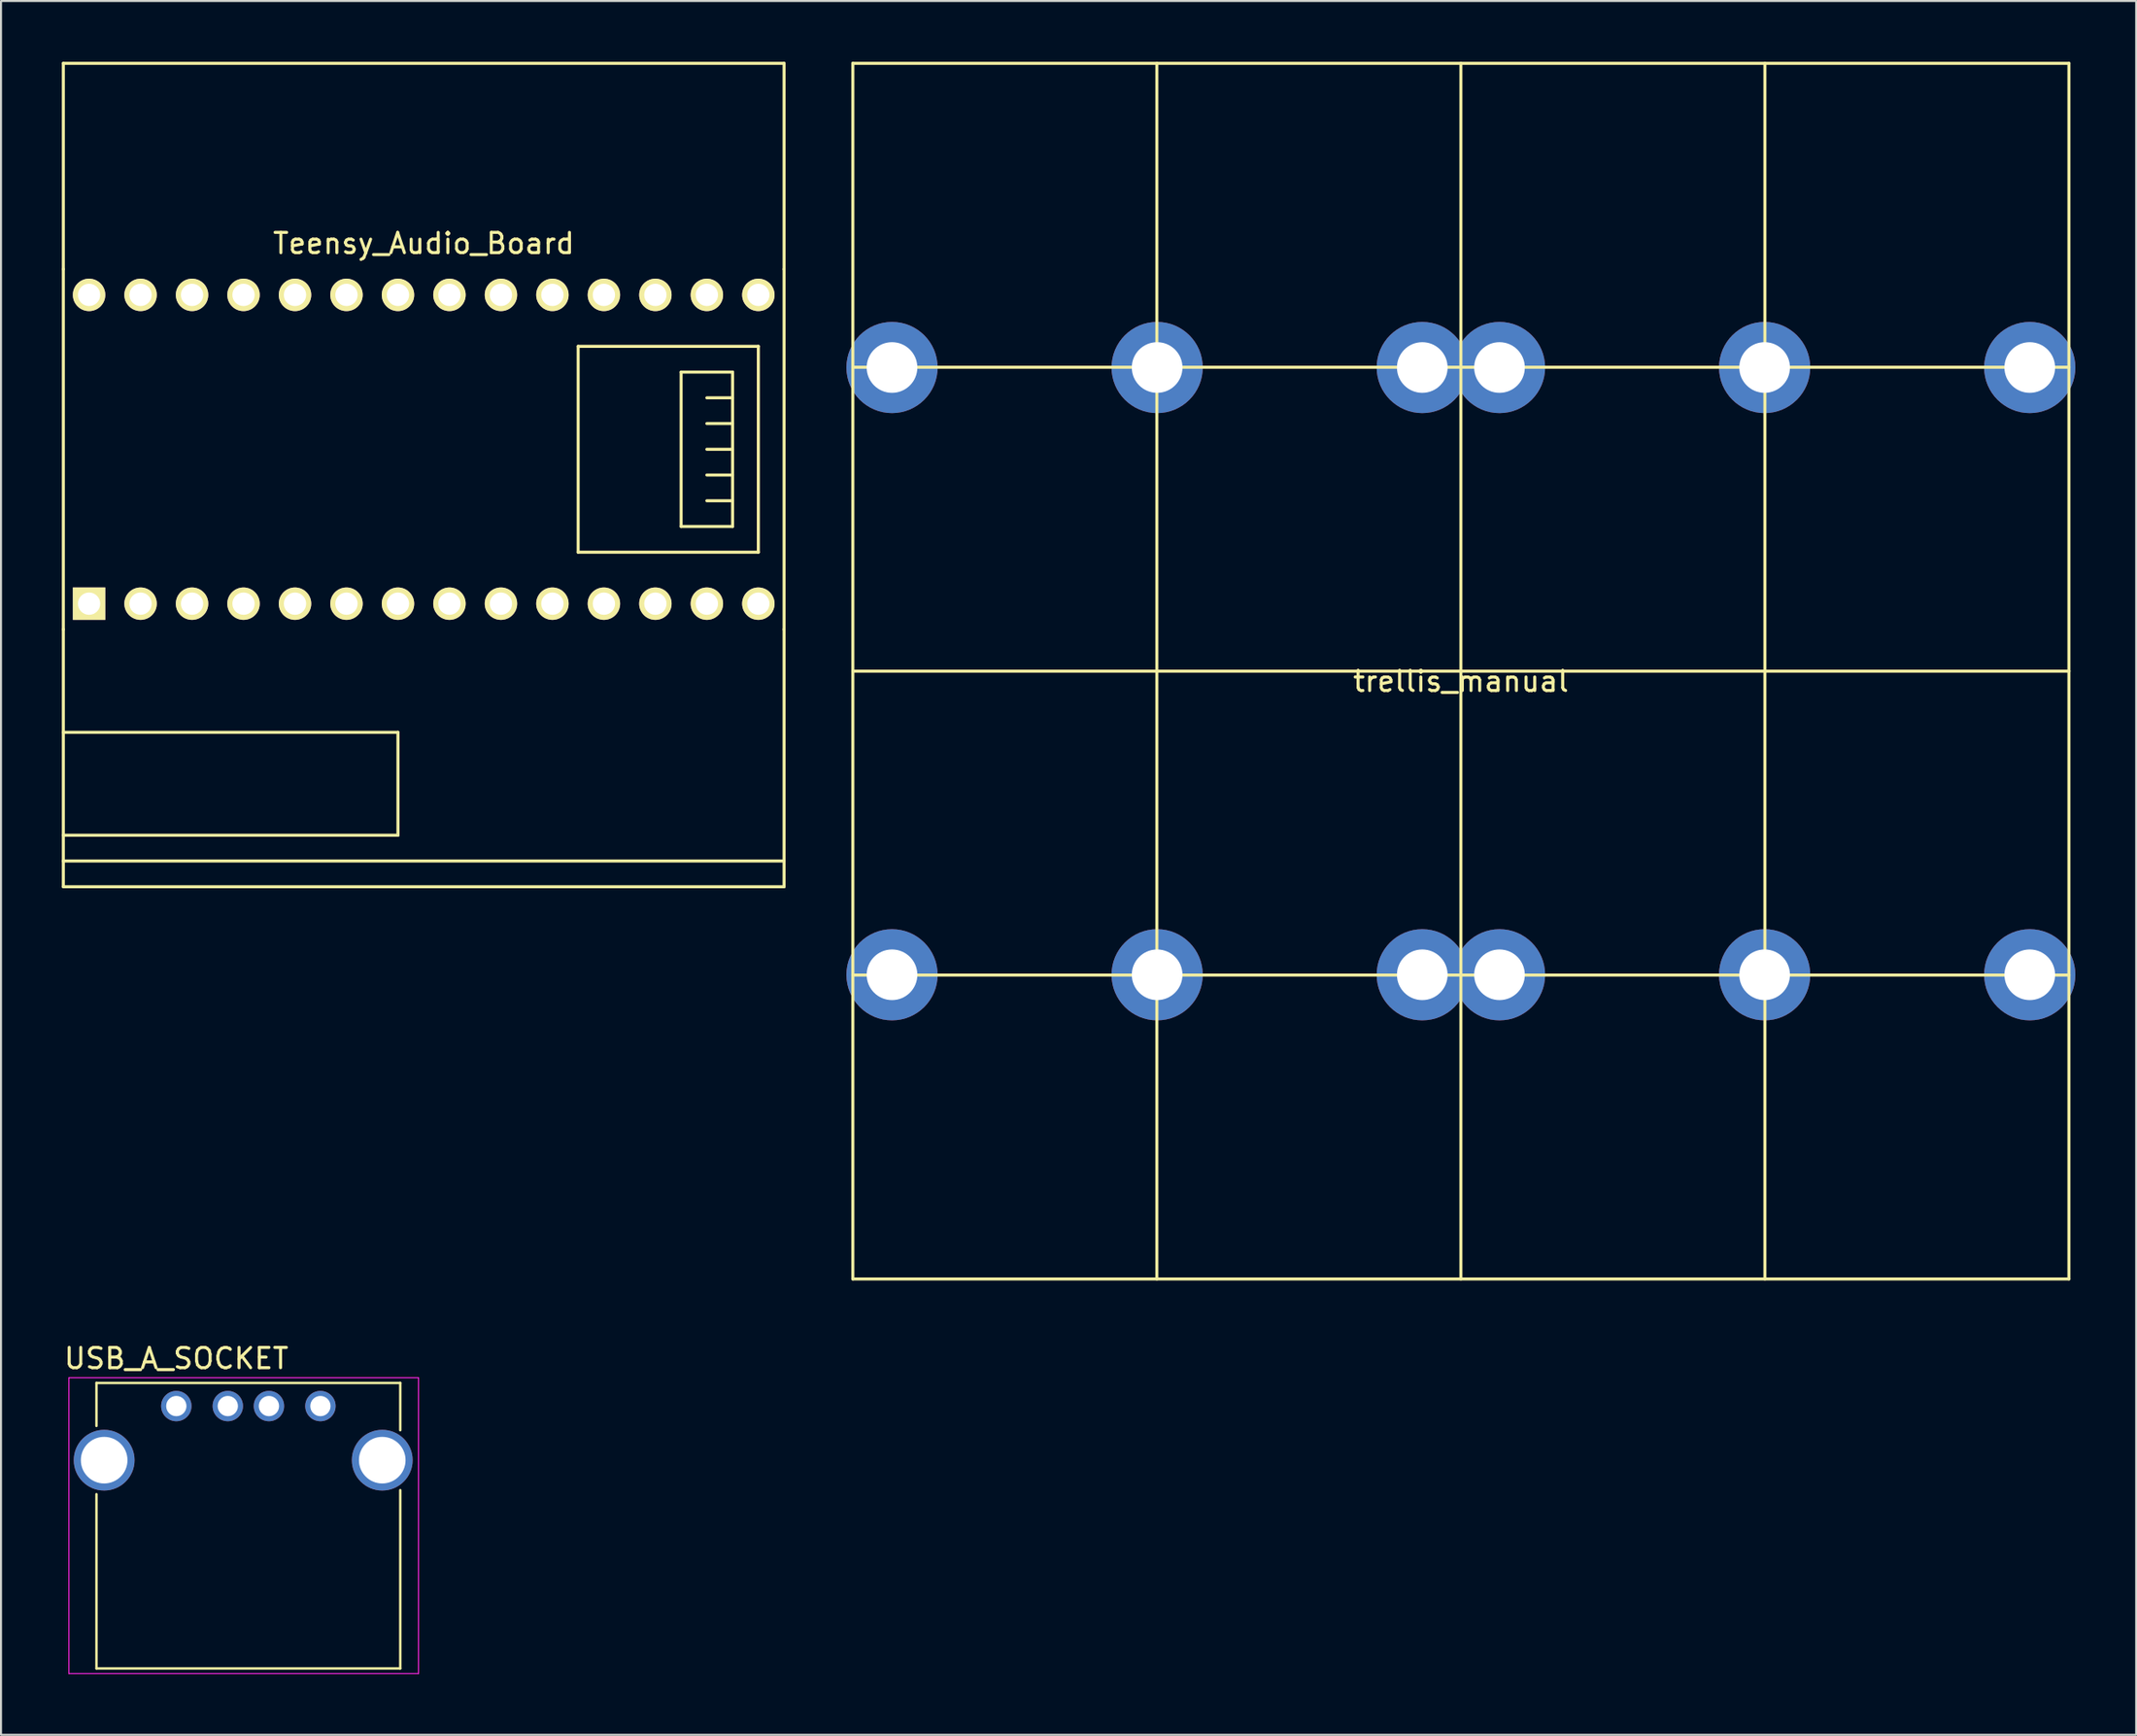
<source format=kicad_pcb>
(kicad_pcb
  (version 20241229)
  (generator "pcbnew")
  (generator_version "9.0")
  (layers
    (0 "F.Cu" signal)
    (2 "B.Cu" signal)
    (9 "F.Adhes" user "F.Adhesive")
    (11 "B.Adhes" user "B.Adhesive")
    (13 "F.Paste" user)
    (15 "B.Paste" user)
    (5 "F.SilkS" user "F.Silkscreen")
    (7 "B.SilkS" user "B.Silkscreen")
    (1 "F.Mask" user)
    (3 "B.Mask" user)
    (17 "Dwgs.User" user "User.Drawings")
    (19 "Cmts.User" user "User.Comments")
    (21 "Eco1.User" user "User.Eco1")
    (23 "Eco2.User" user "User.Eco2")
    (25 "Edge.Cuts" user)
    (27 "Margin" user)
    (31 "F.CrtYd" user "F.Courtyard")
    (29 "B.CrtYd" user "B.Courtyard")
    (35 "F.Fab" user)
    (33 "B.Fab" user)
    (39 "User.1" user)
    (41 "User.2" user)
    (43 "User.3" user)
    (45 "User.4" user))
  (footprint "trellis_manual"
    (layer "F.Cu")
    (at 69.027 30.075)
    (property "Reference" "trellis_manual" (at 0 0.5 0) (layer "F.SilkS") (effects (font (size 1 1) (thickness 0.15))))
    (attr through_hole)
    (fp_line (start -30 -30) (end -30 30) (stroke (width 0.15) (type solid)) (layer "F.SilkS"))
    (fp_line (start -30 -15) (end 30 -15) (stroke (width 0.15) (type solid)) (layer "F.SilkS"))
    (fp_line (start -30 0) (end 30 0) (stroke (width 0.15) (type solid)) (layer "F.SilkS"))
    (fp_line (start -30 30) (end 30 30) (stroke (width 0.15) (type solid)) (layer "F.SilkS"))
    (fp_line (start -15 -30) (end -15 30) (stroke (width 0.15) (type solid)) (layer "F.SilkS"))
    (fp_line (start 0 -30) (end 0 30) (stroke (width 0.15) (type solid)) (layer "F.SilkS"))
    (fp_line (start 15 -30) (end 15 30) (stroke (width 0.15) (type solid)) (layer "F.SilkS"))
    (fp_line (start 30 -30) (end -30 -30) (stroke (width 0.15) (type solid)) (layer "F.SilkS"))
    (fp_line (start 30 0) (end 30 -30) (stroke (width 0.15) (type solid)) (layer "F.SilkS"))
    (fp_line (start 30 15) (end -30 15) (stroke (width 0.15) (type solid)) (layer "F.SilkS"))
    (fp_line (start 30 30) (end 30 0) (stroke (width 0.15) (type solid)) (layer "F.SilkS"))
    (pad "" np_thru_hole circle (at -28.067 -14.986) (size 4.5 4.5) (drill 2.5) (layers "*.Cu" "*.Mask"))
    (pad "" np_thru_hole circle (at -28.067 14.986) (size 4.5 4.5) (drill 2.5) (layers "*.Cu" "*.Mask"))
    (pad "" np_thru_hole circle (at -14.986 -14.986) (size 4.5 4.5) (drill 2.5) (layers "*.Cu" "*.Mask"))
    (pad "" np_thru_hole circle (at -14.986 14.986) (size 4.5 4.5) (drill 2.5) (layers "*.Cu" "*.Mask"))
    (pad "" np_thru_hole circle (at -1.905 -14.986) (size 4.5 4.5) (drill 2.5) (layers "*.Cu" "*.Mask"))
    (pad "" np_thru_hole circle (at -1.905 14.986) (size 4.5 4.5) (drill 2.5) (layers "*.Cu" "*.Mask"))
    (pad "" np_thru_hole circle (at 1.905 -14.986) (size 4.5 4.5) (drill 2.5) (layers "*.Cu" "*.Mask"))
    (pad "" np_thru_hole circle (at 1.905 14.986) (size 4.5 4.5) (drill 2.5) (layers "*.Cu" "*.Mask"))
    (pad "" np_thru_hole circle (at 14.986 -14.986) (size 4.5 4.5) (drill 2.5) (layers "*.Cu" "*.Mask"))
    (pad "" np_thru_hole circle (at 14.986 14.986) (size 4.5 4.5) (drill 2.5) (layers "*.Cu" "*.Mask"))
    (pad "" np_thru_hole circle (at 28.067 -14.986) (size 4.5 4.5) (drill 2.5) (layers "*.Cu" "*.Mask"))
    (pad "" np_thru_hole circle (at 28.067 14.986) (size 4.5 4.5) (drill 2.5) (layers "*.Cu" "*.Mask")))
  (footprint "Teensy_Audio_Board"
    (layer "F.Cu")
    (at 17.855 19.125)
    (property "Reference" "Teensy_Audio_Board" (at 0 -10.16 0) (layer "F.SilkS") (effects (font (size 1 1) (thickness 0.15))))
    (attr through_hole)
    (fp_line (start -17.78 -8.89) (end -17.78 -19.05) (stroke (width 0.15) (type solid)) (layer "F.SilkS"))
    (fp_line (start -17.78 8.89) (end -17.78 -8.89) (stroke (width 0.15) (type solid)) (layer "F.SilkS"))
    (fp_line (start -17.78 13.97) (end -1.27 13.97) (stroke (width 0.15) (type solid)) (layer "F.SilkS"))
    (fp_line (start -17.78 20.32) (end -17.78 8.89) (stroke (width 0.15) (type solid)) (layer "F.SilkS"))
    (fp_line (start -17.78 21.59) (end -17.78 20.32) (stroke (width 0.15) (type solid)) (layer "F.SilkS"))
    (fp_line (start -1.27 13.97) (end -1.27 19.05) (stroke (width 0.15) (type solid)) (layer "F.SilkS"))
    (fp_line (start -1.27 19.05) (end -17.78 19.05) (stroke (width 0.15) (type solid)) (layer "F.SilkS"))
    (fp_line (start 7.62 -5.08) (end 7.62 5.08) (stroke (width 0.15) (type solid)) (layer "F.SilkS"))
    (fp_line (start 12.7 -3.81) (end 12.7 3.81) (stroke (width 0.15) (type solid)) (layer "F.SilkS"))
    (fp_line (start 12.7 3.81) (end 15.24 3.81) (stroke (width 0.15) (type solid)) (layer "F.SilkS"))
    (fp_line (start 13.97 -2.54) (end 15.24 -2.54) (stroke (width 0.15) (type solid)) (layer "F.SilkS"))
    (fp_line (start 13.97 -1.27) (end 15.24 -1.27) (stroke (width 0.15) (type solid)) (layer "F.SilkS"))
    (fp_line (start 15.24 -3.81) (end 12.7 -3.81) (stroke (width 0.15) (type solid)) (layer "F.SilkS"))
    (fp_line (start 15.24 0) (end 13.97 0) (stroke (width 0.15) (type solid)) (layer "F.SilkS"))
    (fp_line (start 15.24 1.27) (end 13.97 1.27) (stroke (width 0.15) (type solid)) (layer "F.SilkS"))
    (fp_line (start 15.24 2.54) (end 13.97 2.54) (stroke (width 0.15) (type solid)) (layer "F.SilkS"))
    (fp_line (start 15.24 3.81) (end 15.24 -3.81) (stroke (width 0.15) (type solid)) (layer "F.SilkS"))
    (fp_line (start 16.51 -5.08) (end 7.62 -5.08) (stroke (width 0.15) (type solid)) (layer "F.SilkS"))
    (fp_line (start 16.51 5.08) (end 7.62 5.08) (stroke (width 0.15) (type solid)) (layer "F.SilkS"))
    (fp_line (start 16.51 5.08) (end 16.51 -5.08) (stroke (width 0.15) (type solid)) (layer "F.SilkS"))
    (fp_line (start 17.78 -19.05) (end -17.78 -19.05) (stroke (width 0.15) (type solid)) (layer "F.SilkS"))
    (fp_line (start 17.78 -19.05) (end 17.78 -8.89) (stroke (width 0.15) (type solid)) (layer "F.SilkS"))
    (fp_line (start 17.78 -8.89) (end 17.78 8.89) (stroke (width 0.15) (type solid)) (layer "F.SilkS"))
    (fp_line (start 17.78 8.89) (end 17.78 20.32) (stroke (width 0.15) (type solid)) (layer "F.SilkS"))
    (fp_line (start 17.78 20.32) (end -17.78 20.32) (stroke (width 0.15) (type solid)) (layer "F.SilkS"))
    (fp_line (start 17.78 20.32) (end 17.78 21.59) (stroke (width 0.15) (type solid)) (layer "F.SilkS"))
    (fp_line (start 17.78 21.59) (end -17.78 21.59) (stroke (width 0.15) (type solid)) (layer "F.SilkS"))
    (pad "1" thru_hole rect (at -16.51 7.62) (size 1.6 1.6) (drill 1.1) (layers "*.Cu" "*.Mask" "F.SilkS"))
    (pad "2" thru_hole circle (at -13.97 7.62) (size 1.6 1.6) (drill 1.1) (layers "*.Cu" "*.Mask" "F.SilkS"))
    (pad "3" thru_hole circle (at -11.43 7.62) (size 1.6 1.6) (drill 1.1) (layers "*.Cu" "*.Mask" "F.SilkS"))
    (pad "4" thru_hole circle (at -8.89 7.62) (size 1.6 1.6) (drill 1.1) (layers "*.Cu" "*.Mask" "F.SilkS"))
    (pad "5" thru_hole circle (at -6.35 7.62) (size 1.6 1.6) (drill 1.1) (layers "*.Cu" "*.Mask" "F.SilkS"))
    (pad "6" thru_hole circle (at -3.81 7.62) (size 1.6 1.6) (drill 1.1) (layers "*.Cu" "*.Mask" "F.SilkS"))
    (pad "7" thru_hole circle (at -1.27 7.62) (size 1.6 1.6) (drill 1.1) (layers "*.Cu" "*.Mask" "F.SilkS"))
    (pad "8" thru_hole circle (at 1.27 7.62) (size 1.6 1.6) (drill 1.1) (layers "*.Cu" "*.Mask" "F.SilkS"))
    (pad "9" thru_hole circle (at 3.81 7.62) (size 1.6 1.6) (drill 1.1) (layers "*.Cu" "*.Mask" "F.SilkS"))
    (pad "10" thru_hole circle (at 6.35 7.62) (size 1.6 1.6) (drill 1.1) (layers "*.Cu" "*.Mask" "F.SilkS"))
    (pad "11" thru_hole circle (at 8.89 7.62) (size 1.6 1.6) (drill 1.1) (layers "*.Cu" "*.Mask" "F.SilkS"))
    (pad "12" thru_hole circle (at 11.43 7.62) (size 1.6 1.6) (drill 1.1) (layers "*.Cu" "*.Mask" "F.SilkS"))
    (pad "13" thru_hole circle (at 13.97 7.62) (size 1.6 1.6) (drill 1.1) (layers "*.Cu" "*.Mask" "F.SilkS"))
    (pad "14" thru_hole circle (at 16.51 7.62) (size 1.6 1.6) (drill 1.1) (layers "*.Cu" "*.Mask" "F.SilkS"))
    (pad "15" thru_hole circle (at 16.51 -7.62) (size 1.6 1.6) (drill 1.1) (layers "*.Cu" "*.Mask" "F.SilkS"))
    (pad "16" thru_hole circle (at 13.97 -7.62) (size 1.6 1.6) (drill 1.1) (layers "*.Cu" "*.Mask" "F.SilkS"))
    (pad "17" thru_hole circle (at 11.43 -7.62) (size 1.6 1.6) (drill 1.1) (layers "*.Cu" "*.Mask" "F.SilkS"))
    (pad "18" thru_hole circle (at 8.89 -7.62) (size 1.6 1.6) (drill 1.1) (layers "*.Cu" "*.Mask" "F.SilkS"))
    (pad "19" thru_hole circle (at 6.35 -7.62) (size 1.6 1.6) (drill 1.1) (layers "*.Cu" "*.Mask" "F.SilkS"))
    (pad "20" thru_hole circle (at 3.81 -7.62) (size 1.6 1.6) (drill 1.1) (layers "*.Cu" "*.Mask" "F.SilkS"))
    (pad "21" thru_hole circle (at 1.27 -7.62) (size 1.6 1.6) (drill 1.1) (layers "*.Cu" "*.Mask" "F.SilkS"))
    (pad "22" thru_hole circle (at -1.27 -7.62) (size 1.6 1.6) (drill 1.1) (layers "*.Cu" "*.Mask" "F.SilkS"))
    (pad "23" thru_hole circle (at -3.81 -7.62) (size 1.6 1.6) (drill 1.1) (layers "*.Cu" "*.Mask" "F.SilkS"))
    (pad "24" thru_hole circle (at -6.35 -7.62) (size 1.6 1.6) (drill 1.1) (layers "*.Cu" "*.Mask" "F.SilkS"))
    (pad "25" thru_hole circle (at -8.89 -7.62) (size 1.6 1.6) (drill 1.1) (layers "*.Cu" "*.Mask" "F.SilkS"))
    (pad "26" thru_hole circle (at -11.43 -7.62) (size 1.6 1.6) (drill 1.1) (layers "*.Cu" "*.Mask" "F.SilkS"))
    (pad "27" thru_hole circle (at -13.97 -7.62) (size 1.6 1.6) (drill 1.1) (layers "*.Cu" "*.Mask" "F.SilkS"))
    (pad "28" thru_hole circle (at -16.51 -7.62) (size 1.6 1.6) (drill 1.1) (layers "*.Cu" "*.Mask" "F.SilkS")))
  (footprint "USB_A_SOCKET"
    (layer "F.Cu")
    (at 5.649 66.348)
    (property "Reference" "USB_A_SOCKET" (at 0 -2.35 0) (layer "F.SilkS") (effects (font (size 1 1) (thickness 0.15))))
    (attr through_hole)
    (fp_line (start -3.94 -1.14) (end -3.94 0.98) (stroke (width 0.12) (type solid)) (layer "F.SilkS"))
    (fp_line (start -3.94 4.35) (end -3.94 12.95) (stroke (width 0.12) (type solid)) (layer "F.SilkS"))
    (fp_line (start 11.05 -1.14) (end -3.94 -1.14) (stroke (width 0.12) (type solid)) (layer "F.SilkS"))
    (fp_line (start 11.05 -1.14) (end 11.05 1.19) (stroke (width 0.12) (type solid)) (layer "F.SilkS"))
    (fp_line (start 11.05 4.15) (end 11.05 12.95) (stroke (width 0.12) (type solid)) (layer "F.SilkS"))
    (fp_line (start 11.05 12.95) (end -3.94 12.95) (stroke (width 0.12) (type solid)) (layer "F.SilkS"))
    (fp_line (start -5.3 -1.4) (end 11.95 -1.4) (stroke (width 0.05) (type solid)) (layer "F.CrtYd"))
    (fp_line (start -5.3 13.2) (end -5.3 -1.4) (stroke (width 0.05) (type solid)) (layer "F.CrtYd"))
    (fp_line (start -5.3 13.2) (end 11.95 13.2) (stroke (width 0.05) (type solid)) (layer "F.CrtYd"))
    (fp_line (start 11.95 -1.4) (end 11.95 13.2) (stroke (width 0.05) (type solid)) (layer "F.CrtYd"))
    (pad "1" thru_hole circle (at 0 0 270) (size 1.5 1.5) (drill 1) (layers "*.Cu" "*.Mask"))
    (pad "2" thru_hole circle (at 2.54 0 270) (size 1.5 1.5) (drill 1) (layers "*.Cu" "*.Mask"))
    (pad "3" thru_hole circle (at 4.57 0 270) (size 1.5 1.5) (drill 1) (layers "*.Cu" "*.Mask"))
    (pad "4" thru_hole circle (at 7.11 0 270) (size 1.5 1.5) (drill 1) (layers "*.Cu" "*.Mask"))
    (pad "5" thru_hole circle (at -3.56 2.67 270) (size 3 3) (drill 2.3) (layers "*.Cu" "*.Mask"))
    (pad "5" thru_hole circle (at 10.16 2.67 270) (size 3 3) (drill 2.3) (layers "*.Cu" "*.Mask")))
  (gr_rect
    (start -3 -3)
    (end 102.344 82.573)
    (stroke (width 0.1) (type default))
    (fill no)
    (layer "Edge.Cuts")))
</source>
